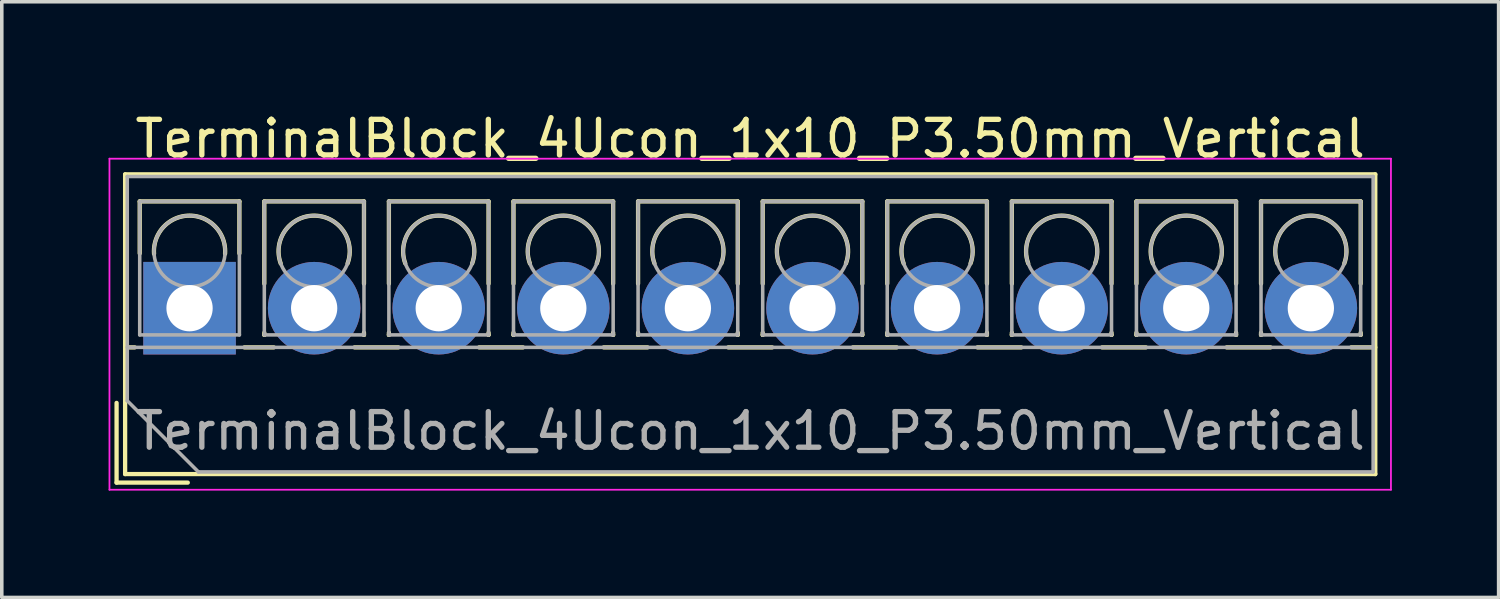
<source format=kicad_pcb>
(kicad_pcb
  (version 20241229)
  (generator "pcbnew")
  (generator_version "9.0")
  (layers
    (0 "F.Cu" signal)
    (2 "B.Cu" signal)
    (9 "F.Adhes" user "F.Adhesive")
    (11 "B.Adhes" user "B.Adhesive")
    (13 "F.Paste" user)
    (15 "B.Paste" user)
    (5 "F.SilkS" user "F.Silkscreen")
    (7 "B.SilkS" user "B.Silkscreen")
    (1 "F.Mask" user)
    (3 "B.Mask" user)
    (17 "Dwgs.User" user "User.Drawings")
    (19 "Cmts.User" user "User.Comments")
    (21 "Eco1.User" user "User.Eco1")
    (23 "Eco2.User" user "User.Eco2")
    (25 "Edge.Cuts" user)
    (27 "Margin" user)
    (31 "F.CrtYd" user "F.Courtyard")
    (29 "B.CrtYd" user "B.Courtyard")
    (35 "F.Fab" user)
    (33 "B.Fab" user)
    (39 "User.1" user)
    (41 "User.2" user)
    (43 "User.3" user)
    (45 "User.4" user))
  (footprint "TerminalBlock_4Ucon_1x10_P3.50mm_Vertical"
    (layer "F.Cu")
    (at 2.275 5.608)
    (property "Reference" "TerminalBlock_4Ucon_1x10_P3.50mm_Vertical" (at 15.75 -4.76 0) (layer "F.SilkS") (effects (font (size 1 1) (thickness 0.15))))
    (attr through_hole)
    (fp_line (start -2.05 2.66) (end -2.05 4.9) (stroke (width 0.12) (type solid)) (layer "F.SilkS"))
    (fp_line (start -2.05 4.9) (end -0.05 4.9) (stroke (width 0.12) (type solid)) (layer "F.SilkS"))
    (fp_line (start -1.81 -3.76) (end -1.81 4.66) (stroke (width 0.12) (type solid)) (layer "F.SilkS"))
    (fp_line (start -1.81 -3.76) (end 33.31 -3.76) (stroke (width 0.12) (type solid)) (layer "F.SilkS"))
    (fp_line (start -1.81 1.101) (end -1.54 1.101) (stroke (width 0.12) (type solid)) (layer "F.SilkS"))
    (fp_line (start -1.81 4.66) (end 33.31 4.66) (stroke (width 0.12) (type solid)) (layer "F.SilkS"))
    (fp_line (start -1.4 -3) (end -1.4 -1.54) (stroke (width 0.12) (type solid)) (layer "F.SilkS"))
    (fp_line (start -1.4 -3) (end 1.4 -3) (stroke (width 0.12) (type solid)) (layer "F.SilkS"))
    (fp_line (start 1.4 -3) (end 1.4 -1.54) (stroke (width 0.12) (type solid)) (layer "F.SilkS"))
    (fp_line (start 1.54 1.101) (end 2.367 1.101) (stroke (width 0.12) (type solid)) (layer "F.SilkS"))
    (fp_line (start 2.1 -3) (end 2.1 -0.689) (stroke (width 0.12) (type solid)) (layer "F.SilkS"))
    (fp_line (start 2.1 -3) (end 4.9 -3) (stroke (width 0.12) (type solid)) (layer "F.SilkS"))
    (fp_line (start 2.1 0.689) (end 2.1 0.75) (stroke (width 0.12) (type solid)) (layer "F.SilkS"))
    (fp_line (start 2.1 0.75) (end 2.101 0.75) (stroke (width 0.12) (type solid)) (layer "F.SilkS"))
    (fp_line (start 4.634 1.101) (end 5.867 1.101) (stroke (width 0.12) (type solid)) (layer "F.SilkS"))
    (fp_line (start 4.9 -3) (end 4.9 -0.689) (stroke (width 0.12) (type solid)) (layer "F.SilkS"))
    (fp_line (start 4.9 0.689) (end 4.9 0.75) (stroke (width 0.12) (type solid)) (layer "F.SilkS"))
    (fp_line (start 4.9 0.75) (end 4.9 0.75) (stroke (width 0.12) (type solid)) (layer "F.SilkS"))
    (fp_line (start 5.6 -3) (end 5.6 -0.689) (stroke (width 0.12) (type solid)) (layer "F.SilkS"))
    (fp_line (start 5.6 -3) (end 8.4 -3) (stroke (width 0.12) (type solid)) (layer "F.SilkS"))
    (fp_line (start 5.6 0.689) (end 5.6 0.75) (stroke (width 0.12) (type solid)) (layer "F.SilkS"))
    (fp_line (start 5.6 0.75) (end 5.601 0.75) (stroke (width 0.12) (type solid)) (layer "F.SilkS"))
    (fp_line (start 8.134 1.101) (end 9.367 1.101) (stroke (width 0.12) (type solid)) (layer "F.SilkS"))
    (fp_line (start 8.4 -3) (end 8.4 -0.689) (stroke (width 0.12) (type solid)) (layer "F.SilkS"))
    (fp_line (start 8.4 0.689) (end 8.4 0.75) (stroke (width 0.12) (type solid)) (layer "F.SilkS"))
    (fp_line (start 8.4 0.75) (end 8.4 0.75) (stroke (width 0.12) (type solid)) (layer "F.SilkS"))
    (fp_line (start 9.1 -3) (end 9.1 -0.689) (stroke (width 0.12) (type solid)) (layer "F.SilkS"))
    (fp_line (start 9.1 -3) (end 11.9 -3) (stroke (width 0.12) (type solid)) (layer "F.SilkS"))
    (fp_line (start 9.1 0.689) (end 9.1 0.75) (stroke (width 0.12) (type solid)) (layer "F.SilkS"))
    (fp_line (start 9.1 0.75) (end 9.101 0.75) (stroke (width 0.12) (type solid)) (layer "F.SilkS"))
    (fp_line (start 11.634 1.101) (end 12.867 1.101) (stroke (width 0.12) (type solid)) (layer "F.SilkS"))
    (fp_line (start 11.9 -3) (end 11.9 -0.689) (stroke (width 0.12) (type solid)) (layer "F.SilkS"))
    (fp_line (start 11.9 0.689) (end 11.9 0.75) (stroke (width 0.12) (type solid)) (layer "F.SilkS"))
    (fp_line (start 11.9 0.75) (end 11.9 0.75) (stroke (width 0.12) (type solid)) (layer "F.SilkS"))
    (fp_line (start 12.6 -3) (end 12.6 -0.689) (stroke (width 0.12) (type solid)) (layer "F.SilkS"))
    (fp_line (start 12.6 -3) (end 15.4 -3) (stroke (width 0.12) (type solid)) (layer "F.SilkS"))
    (fp_line (start 12.6 0.689) (end 12.6 0.75) (stroke (width 0.12) (type solid)) (layer "F.SilkS"))
    (fp_line (start 12.6 0.75) (end 12.601 0.75) (stroke (width 0.12) (type solid)) (layer "F.SilkS"))
    (fp_line (start 15.134 1.101) (end 16.367 1.101) (stroke (width 0.12) (type solid)) (layer "F.SilkS"))
    (fp_line (start 15.4 -3) (end 15.4 -0.689) (stroke (width 0.12) (type solid)) (layer "F.SilkS"))
    (fp_line (start 15.4 0.689) (end 15.4 0.75) (stroke (width 0.12) (type solid)) (layer "F.SilkS"))
    (fp_line (start 15.4 0.75) (end 15.4 0.75) (stroke (width 0.12) (type solid)) (layer "F.SilkS"))
    (fp_line (start 16.101 -3) (end 16.101 -0.689) (stroke (width 0.12) (type solid)) (layer "F.SilkS"))
    (fp_line (start 16.101 -3) (end 18.9 -3) (stroke (width 0.12) (type solid)) (layer "F.SilkS"))
    (fp_line (start 16.101 0.689) (end 16.101 0.75) (stroke (width 0.12) (type solid)) (layer "F.SilkS"))
    (fp_line (start 16.101 0.75) (end 16.101 0.75) (stroke (width 0.12) (type solid)) (layer "F.SilkS"))
    (fp_line (start 18.634 1.101) (end 19.867 1.101) (stroke (width 0.12) (type solid)) (layer "F.SilkS"))
    (fp_line (start 18.9 -3) (end 18.9 -0.689) (stroke (width 0.12) (type solid)) (layer "F.SilkS"))
    (fp_line (start 18.9 0.689) (end 18.9 0.75) (stroke (width 0.12) (type solid)) (layer "F.SilkS"))
    (fp_line (start 18.9 0.75) (end 18.9 0.75) (stroke (width 0.12) (type solid)) (layer "F.SilkS"))
    (fp_line (start 19.6 -3) (end 19.6 -0.689) (stroke (width 0.12) (type solid)) (layer "F.SilkS"))
    (fp_line (start 19.6 -3) (end 22.4 -3) (stroke (width 0.12) (type solid)) (layer "F.SilkS"))
    (fp_line (start 19.6 0.689) (end 19.6 0.75) (stroke (width 0.12) (type solid)) (layer "F.SilkS"))
    (fp_line (start 19.6 0.75) (end 19.601 0.75) (stroke (width 0.12) (type solid)) (layer "F.SilkS"))
    (fp_line (start 22.134 1.101) (end 23.367 1.101) (stroke (width 0.12) (type solid)) (layer "F.SilkS"))
    (fp_line (start 22.4 -3) (end 22.4 -0.689) (stroke (width 0.12) (type solid)) (layer "F.SilkS"))
    (fp_line (start 22.4 0.689) (end 22.4 0.75) (stroke (width 0.12) (type solid)) (layer "F.SilkS"))
    (fp_line (start 22.4 0.75) (end 22.4 0.75) (stroke (width 0.12) (type solid)) (layer "F.SilkS"))
    (fp_line (start 23.1 -3) (end 23.1 -0.689) (stroke (width 0.12) (type solid)) (layer "F.SilkS"))
    (fp_line (start 23.1 -3) (end 25.9 -3) (stroke (width 0.12) (type solid)) (layer "F.SilkS"))
    (fp_line (start 23.1 0.689) (end 23.1 0.75) (stroke (width 0.12) (type solid)) (layer "F.SilkS"))
    (fp_line (start 23.1 0.75) (end 23.101 0.75) (stroke (width 0.12) (type solid)) (layer "F.SilkS"))
    (fp_line (start 25.634 1.101) (end 26.867 1.101) (stroke (width 0.12) (type solid)) (layer "F.SilkS"))
    (fp_line (start 25.9 -3) (end 25.9 -0.689) (stroke (width 0.12) (type solid)) (layer "F.SilkS"))
    (fp_line (start 25.9 0.689) (end 25.9 0.75) (stroke (width 0.12) (type solid)) (layer "F.SilkS"))
    (fp_line (start 25.9 0.75) (end 25.9 0.75) (stroke (width 0.12) (type solid)) (layer "F.SilkS"))
    (fp_line (start 26.6 -3) (end 26.6 -0.689) (stroke (width 0.12) (type solid)) (layer "F.SilkS"))
    (fp_line (start 26.6 -3) (end 29.4 -3) (stroke (width 0.12) (type solid)) (layer "F.SilkS"))
    (fp_line (start 26.6 0.689) (end 26.6 0.75) (stroke (width 0.12) (type solid)) (layer "F.SilkS"))
    (fp_line (start 26.6 0.75) (end 26.601 0.75) (stroke (width 0.12) (type solid)) (layer "F.SilkS"))
    (fp_line (start 29.134 1.101) (end 30.367 1.101) (stroke (width 0.12) (type solid)) (layer "F.SilkS"))
    (fp_line (start 29.4 -3) (end 29.4 -0.689) (stroke (width 0.12) (type solid)) (layer "F.SilkS"))
    (fp_line (start 29.4 0.689) (end 29.4 0.75) (stroke (width 0.12) (type solid)) (layer "F.SilkS"))
    (fp_line (start 29.4 0.75) (end 29.4 0.75) (stroke (width 0.12) (type solid)) (layer "F.SilkS"))
    (fp_line (start 30.1 -3) (end 30.1 -0.689) (stroke (width 0.12) (type solid)) (layer "F.SilkS"))
    (fp_line (start 30.1 -3) (end 32.9 -3) (stroke (width 0.12) (type solid)) (layer "F.SilkS"))
    (fp_line (start 30.1 0.689) (end 30.1 0.75) (stroke (width 0.12) (type solid)) (layer "F.SilkS"))
    (fp_line (start 30.1 0.75) (end 30.101 0.75) (stroke (width 0.12) (type solid)) (layer "F.SilkS"))
    (fp_line (start 32.634 1.101) (end 33.31 1.101) (stroke (width 0.12) (type solid)) (layer "F.SilkS"))
    (fp_line (start 32.9 -3) (end 32.9 -0.689) (stroke (width 0.12) (type solid)) (layer "F.SilkS"))
    (fp_line (start 32.9 0.689) (end 32.9 0.75) (stroke (width 0.12) (type solid)) (layer "F.SilkS"))
    (fp_line (start 32.9 0.75) (end 32.9 0.75) (stroke (width 0.12) (type solid)) (layer "F.SilkS"))
    (fp_line (start 33.31 -3.76) (end 33.31 4.66) (stroke (width 0.12) (type solid)) (layer "F.SilkS"))
    (fp_arc (start -0.99789 -1.529434) (mid -0.000785 -2.600382) (end 0.998 -1.531) (stroke (width 0.12) (type solid)) (layer "F.SilkS"))
    (fp_arc (start 2.560085 -1.257767) (mid 3.499876 -2.600282) (end 4.44 -1.258) (stroke (width 0.12) (type solid)) (layer "F.SilkS"))
    (fp_arc (start 6.060085 -1.257767) (mid 6.999876 -2.600282) (end 7.94 -1.258) (stroke (width 0.12) (type solid)) (layer "F.SilkS"))
    (fp_arc (start 9.560085 -1.257767) (mid 10.499876 -2.600282) (end 11.44 -1.258) (stroke (width 0.12) (type solid)) (layer "F.SilkS"))
    (fp_arc (start 13.060085 -1.257767) (mid 13.999876 -2.600282) (end 14.94 -1.258) (stroke (width 0.12) (type solid)) (layer "F.SilkS"))
    (fp_arc (start 16.560085 -1.257767) (mid 17.499876 -2.600282) (end 18.44 -1.258) (stroke (width 0.12) (type solid)) (layer "F.SilkS"))
    (fp_arc (start 20.060085 -1.257767) (mid 20.999876 -2.600282) (end 21.94 -1.258) (stroke (width 0.12) (type solid)) (layer "F.SilkS"))
    (fp_arc (start 23.560085 -1.257767) (mid 24.499876 -2.600282) (end 25.44 -1.258) (stroke (width 0.12) (type solid)) (layer "F.SilkS"))
    (fp_arc (start 27.060085 -1.257767) (mid 27.999876 -2.600282) (end 28.94 -1.258) (stroke (width 0.12) (type solid)) (layer "F.SilkS"))
    (fp_arc (start 30.560085 -1.257767) (mid 31.499876 -2.600282) (end 32.44 -1.258) (stroke (width 0.12) (type solid)) (layer "F.SilkS"))
    (fp_line (start -2.25 -4.2) (end -2.25 5.1) (stroke (width 0.05) (type solid)) (layer "F.CrtYd"))
    (fp_line (start -2.25 5.1) (end 33.75 5.1) (stroke (width 0.05) (type solid)) (layer "F.CrtYd"))
    (fp_line (start 33.75 -4.2) (end -2.25 -4.2) (stroke (width 0.05) (type solid)) (layer "F.CrtYd"))
    (fp_line (start 33.75 5.1) (end 33.75 -4.2) (stroke (width 0.05) (type solid)) (layer "F.CrtYd"))
    (fp_line (start -1.75 -3.7) (end 33.25 -3.7) (stroke (width 0.1) (type solid)) (layer "F.Fab"))
    (fp_line (start -1.75 1.1) (end 33.25 1.1) (stroke (width 0.1) (type solid)) (layer "F.Fab"))
    (fp_line (start -1.75 2.6) (end -1.75 -3.7) (stroke (width 0.1) (type solid)) (layer "F.Fab"))
    (fp_line (start -1.4 -3) (end -1.4 0.75) (stroke (width 0.1) (type solid)) (layer "F.Fab"))
    (fp_line (start -1.4 0.75) (end 1.4 0.75) (stroke (width 0.1) (type solid)) (layer "F.Fab"))
    (fp_line (start 0.25 4.6) (end -1.75 2.6) (stroke (width 0.1) (type solid)) (layer "F.Fab"))
    (fp_line (start 1.4 -3) (end -1.4 -3) (stroke (width 0.1) (type solid)) (layer "F.Fab"))
    (fp_line (start 1.4 0.75) (end 1.4 -3) (stroke (width 0.1) (type solid)) (layer "F.Fab"))
    (fp_line (start 2.1 -3) (end 2.1 0.75) (stroke (width 0.1) (type solid)) (layer "F.Fab"))
    (fp_line (start 2.1 0.75) (end 4.9 0.75) (stroke (width 0.1) (type solid)) (layer "F.Fab"))
    (fp_line (start 4.9 -3) (end 2.1 -3) (stroke (width 0.1) (type solid)) (layer "F.Fab"))
    (fp_line (start 4.9 0.75) (end 4.9 -3) (stroke (width 0.1) (type solid)) (layer "F.Fab"))
    (fp_line (start 5.6 -3) (end 5.6 0.75) (stroke (width 0.1) (type solid)) (layer "F.Fab"))
    (fp_line (start 5.6 0.75) (end 8.4 0.75) (stroke (width 0.1) (type solid)) (layer "F.Fab"))
    (fp_line (start 8.4 -3) (end 5.6 -3) (stroke (width 0.1) (type solid)) (layer "F.Fab"))
    (fp_line (start 8.4 0.75) (end 8.4 -3) (stroke (width 0.1) (type solid)) (layer "F.Fab"))
    (fp_line (start 9.1 -3) (end 9.1 0.75) (stroke (width 0.1) (type solid)) (layer "F.Fab"))
    (fp_line (start 9.1 0.75) (end 11.9 0.75) (stroke (width 0.1) (type solid)) (layer "F.Fab"))
    (fp_line (start 11.9 -3) (end 9.1 -3) (stroke (width 0.1) (type solid)) (layer "F.Fab"))
    (fp_line (start 11.9 0.75) (end 11.9 -3) (stroke (width 0.1) (type solid)) (layer "F.Fab"))
    (fp_line (start 12.6 -3) (end 12.6 0.75) (stroke (width 0.1) (type solid)) (layer "F.Fab"))
    (fp_line (start 12.6 0.75) (end 15.4 0.75) (stroke (width 0.1) (type solid)) (layer "F.Fab"))
    (fp_line (start 15.4 -3) (end 12.6 -3) (stroke (width 0.1) (type solid)) (layer "F.Fab"))
    (fp_line (start 15.4 0.75) (end 15.4 -3) (stroke (width 0.1) (type solid)) (layer "F.Fab"))
    (fp_line (start 16.101 -3) (end 16.101 0.75) (stroke (width 0.1) (type solid)) (layer "F.Fab"))
    (fp_line (start 16.101 0.75) (end 18.9 0.75) (stroke (width 0.1) (type solid)) (layer "F.Fab"))
    (fp_line (start 18.9 -3) (end 16.101 -3) (stroke (width 0.1) (type solid)) (layer "F.Fab"))
    (fp_line (start 18.9 0.75) (end 18.9 -3) (stroke (width 0.1) (type solid)) (layer "F.Fab"))
    (fp_line (start 19.6 -3) (end 19.6 0.75) (stroke (width 0.1) (type solid)) (layer "F.Fab"))
    (fp_line (start 19.6 0.75) (end 22.4 0.75) (stroke (width 0.1) (type solid)) (layer "F.Fab"))
    (fp_line (start 22.4 -3) (end 19.6 -3) (stroke (width 0.1) (type solid)) (layer "F.Fab"))
    (fp_line (start 22.4 0.75) (end 22.4 -3) (stroke (width 0.1) (type solid)) (layer "F.Fab"))
    (fp_line (start 23.1 -3) (end 23.1 0.75) (stroke (width 0.1) (type solid)) (layer "F.Fab"))
    (fp_line (start 23.1 0.75) (end 25.9 0.75) (stroke (width 0.1) (type solid)) (layer "F.Fab"))
    (fp_line (start 25.9 -3) (end 23.1 -3) (stroke (width 0.1) (type solid)) (layer "F.Fab"))
    (fp_line (start 25.9 0.75) (end 25.9 -3) (stroke (width 0.1) (type solid)) (layer "F.Fab"))
    (fp_line (start 26.6 -3) (end 26.6 0.75) (stroke (width 0.1) (type solid)) (layer "F.Fab"))
    (fp_line (start 26.6 0.75) (end 29.4 0.75) (stroke (width 0.1) (type solid)) (layer "F.Fab"))
    (fp_line (start 29.4 -3) (end 26.6 -3) (stroke (width 0.1) (type solid)) (layer "F.Fab"))
    (fp_line (start 29.4 0.75) (end 29.4 -3) (stroke (width 0.1) (type solid)) (layer "F.Fab"))
    (fp_line (start 30.1 -3) (end 30.1 0.75) (stroke (width 0.1) (type solid)) (layer "F.Fab"))
    (fp_line (start 30.1 0.75) (end 32.9 0.75) (stroke (width 0.1) (type solid)) (layer "F.Fab"))
    (fp_line (start 32.9 -3) (end 30.1 -3) (stroke (width 0.1) (type solid)) (layer "F.Fab"))
    (fp_line (start 32.9 0.75) (end 32.9 -3) (stroke (width 0.1) (type solid)) (layer "F.Fab"))
    (fp_line (start 33.25 -3.7) (end 33.25 4.6) (stroke (width 0.1) (type solid)) (layer "F.Fab"))
    (fp_line (start 33.25 4.6) (end 0.25 4.6) (stroke (width 0.1) (type solid)) (layer "F.Fab"))
    (fp_circle (center 0 -1.6) (end 1 -1.6) (stroke (width 0.1) (type solid)) (fill no) (layer "F.Fab"))
    (fp_circle (center 3.5 -1.6) (end 4.5 -1.6) (stroke (width 0.1) (type solid)) (fill no) (layer "F.Fab"))
    (fp_circle (center 7 -1.6) (end 8 -1.6) (stroke (width 0.1) (type solid)) (fill no) (layer "F.Fab"))
    (fp_circle (center 10.5 -1.6) (end 11.5 -1.6) (stroke (width 0.1) (type solid)) (fill no) (layer "F.Fab"))
    (fp_circle (center 14 -1.6) (end 15 -1.6) (stroke (width 0.1) (type solid)) (fill no) (layer "F.Fab"))
    (fp_circle (center 17.5 -1.6) (end 18.5 -1.6) (stroke (width 0.1) (type solid)) (fill no) (layer "F.Fab"))
    (fp_circle (center 21 -1.6) (end 22 -1.6) (stroke (width 0.1) (type solid)) (fill no) (layer "F.Fab"))
    (fp_circle (center 24.5 -1.6) (end 25.5 -1.6) (stroke (width 0.1) (type solid)) (fill no) (layer "F.Fab"))
    (fp_circle (center 28 -1.6) (end 29 -1.6) (stroke (width 0.1) (type solid)) (fill no) (layer "F.Fab"))
    (fp_circle (center 31.5 -1.6) (end 32.5 -1.6) (stroke (width 0.1) (type solid)) (fill no) (layer "F.Fab"))
    (fp_text user "${REFERENCE}" (at 15.75 3.45 0) (layer "F.Fab") (effects (font (size 1 1) (thickness 0.15))))
    (pad "1" thru_hole rect (at 0 0) (size 2.6 2.6) (drill 1.3) (layers "*.Cu" "*.Mask"))
    (pad "2" thru_hole circle (at 3.5 0) (size 2.6 2.6) (drill 1.3) (layers "*.Cu" "*.Mask"))
    (pad "3" thru_hole circle (at 7 0) (size 2.6 2.6) (drill 1.3) (layers "*.Cu" "*.Mask"))
    (pad "4" thru_hole circle (at 10.5 0) (size 2.6 2.6) (drill 1.3) (layers "*.Cu" "*.Mask"))
    (pad "5" thru_hole circle (at 14 0) (size 2.6 2.6) (drill 1.3) (layers "*.Cu" "*.Mask"))
    (pad "6" thru_hole circle (at 17.5 0) (size 2.6 2.6) (drill 1.3) (layers "*.Cu" "*.Mask"))
    (pad "7" thru_hole circle (at 21 0) (size 2.6 2.6) (drill 1.3) (layers "*.Cu" "*.Mask"))
    (pad "8" thru_hole circle (at 24.5 0) (size 2.6 2.6) (drill 1.3) (layers "*.Cu" "*.Mask"))
    (pad "9" thru_hole circle (at 28 0) (size 2.6 2.6) (drill 1.3) (layers "*.Cu" "*.Mask"))
    (pad "10" thru_hole circle (at 31.5 0) (size 2.6 2.6) (drill 1.3) (layers "*.Cu" "*.Mask")))
  (gr_rect
    (start -3 -3)
    (end 39.05 13.733)
    (stroke (width 0.1) (type default))
    (fill no)
    (layer "Edge.Cuts")))
</source>
